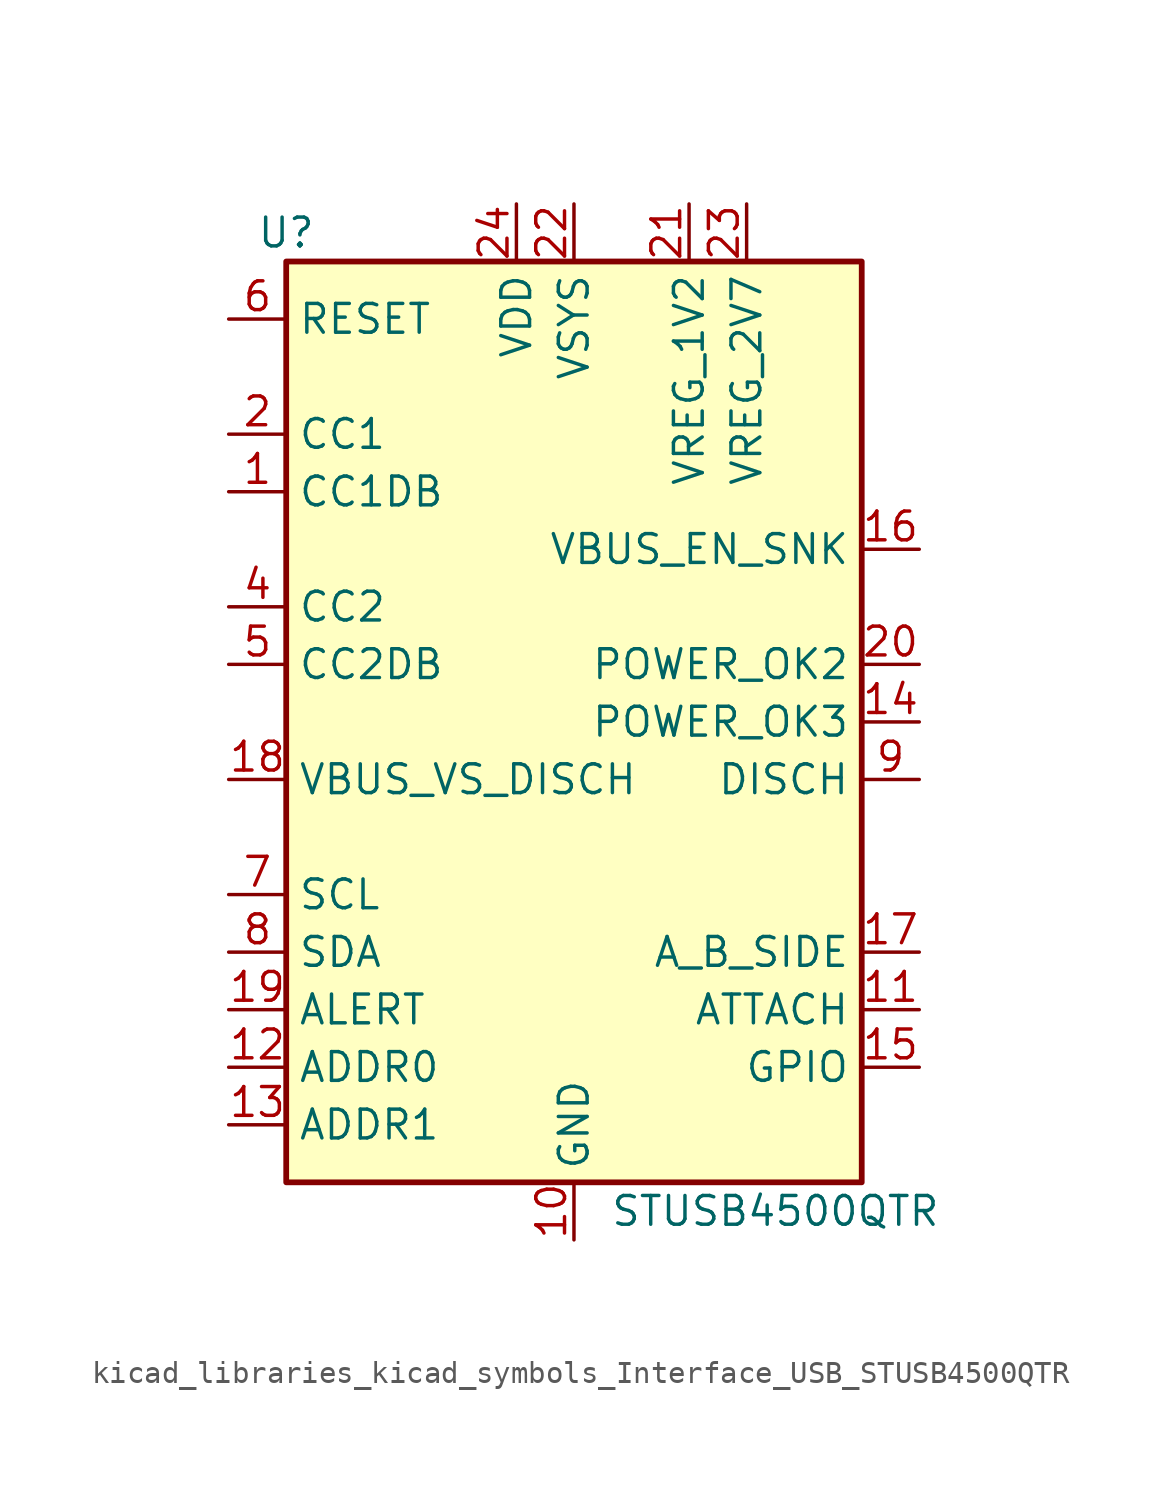
<source format=kicad_sym>
(kicad_symbol_lib
  (version 20220914)
  (generator kicad_symbol_editor)
  (symbol "kicad_libraries_kicad_symbols_Interface_USB_STUSB4500QTR"
    (property "Reference" "U"
      (at -12.7 21.59 0)
      (effects (font (size 1.27 1.27))))
    (property "Value" "STUSB4500QTR"
      (at 8.89 -21.59 0)
      (effects (font (size 1.27 1.27))))
    (symbol "kicad_libraries_kicad_symbols_Interface_USB_STUSB4500QTR_0_1"
      (rectangle (start -12.7 20.32) (end 12.7 -20.32) (stroke (width 0.254) (type default)) (fill (type background))))
    (symbol "kicad_libraries_kicad_symbols_Interface_USB_STUSB4500QTR_1_1"
      (pin bidirectional line (at -15.24 10.16 0) (length 2.54) (name "CC1DB" (effects (font (size 1.27 1.27)))) (number "1" (effects (font (size 1.27 1.27)))))
      (pin power_in line (at 0 -22.86 90) (length 2.54) (name "GND" (effects (font (size 1.27 1.27)))) (number "10" (effects (font (size 1.27 1.27)))))
      (pin open_collector line (at 15.24 -12.7 180) (length 2.54) (name "ATTACH" (effects (font (size 1.27 1.27)))) (number "11" (effects (font (size 1.27 1.27)))))
      (pin input line (at -15.24 -15.24 0) (length 2.54) (name "ADDR0" (effects (font (size 1.27 1.27)))) (number "12" (effects (font (size 1.27 1.27)))))
      (pin input line (at -15.24 -17.78 0) (length 2.54) (name "ADDR1" (effects (font (size 1.27 1.27)))) (number "13" (effects (font (size 1.27 1.27)))))
      (pin open_collector line (at 15.24 0 180) (length 2.54) (name "POWER_OK3" (effects (font (size 1.27 1.27)))) (number "14" (effects (font (size 1.27 1.27)))))
      (pin open_collector line (at 15.24 -15.24 180) (length 2.54) (name "GPIO" (effects (font (size 1.27 1.27)))) (number "15" (effects (font (size 1.27 1.27)))))
      (pin open_collector line (at 15.24 7.62 180) (length 2.54) (name "VBUS_EN_SNK" (effects (font (size 1.27 1.27)))) (number "16" (effects (font (size 1.27 1.27)))))
      (pin open_collector line (at 15.24 -10.16 180) (length 2.54) (name "A_B_SIDE" (effects (font (size 1.27 1.27)))) (number "17" (effects (font (size 1.27 1.27)))))
      (pin input line (at -15.24 -2.54 0) (length 2.54) (name "VBUS_VS_DISCH" (effects (font (size 1.27 1.27)))) (number "18" (effects (font (size 1.27 1.27)))))
      (pin open_collector line (at -15.24 -12.7 0) (length 2.54) (name "ALERT" (effects (font (size 1.27 1.27)))) (number "19" (effects (font (size 1.27 1.27)))))
      (pin bidirectional line (at -15.24 12.7 0) (length 2.54) (name "CC1" (effects (font (size 1.27 1.27)))) (number "2" (effects (font (size 1.27 1.27)))))
      (pin open_collector line (at 15.24 2.54 180) (length 2.54) (name "POWER_OK2" (effects (font (size 1.27 1.27)))) (number "20" (effects (font (size 1.27 1.27)))))
      (pin power_out line (at 5.08 22.86 270) (length 2.54) (name "VREG_1V2" (effects (font (size 1.27 1.27)))) (number "21" (effects (font (size 1.27 1.27)))))
      (pin power_in line (at 0 22.86 270) (length 2.54) (name "VSYS" (effects (font (size 1.27 1.27)))) (number "22" (effects (font (size 1.27 1.27)))))
      (pin power_out line (at 7.62 22.86 270) (length 2.54) (name "VREG_2V7" (effects (font (size 1.27 1.27)))) (number "23" (effects (font (size 1.27 1.27)))))
      (pin power_in line (at -2.54 22.86 270) (length 2.54) (name "VDD" (effects (font (size 1.27 1.27)))) (number "24" (effects (font (size 1.27 1.27)))))
      (pin passive line (at 0 -22.86 90) (length 2.54) hide (name "GND" (effects (font (size 1.27 1.27)))) (number "25" (effects (font (size 1.27 1.27)))))
      (pin no_connect line (at -12.7 15.24 0) (length 2.54) hide (name "NC" (effects (font (size 1.27 1.27)))) (number "3" (effects (font (size 1.27 1.27)))))
      (pin bidirectional line (at -15.24 5.08 0) (length 2.54) (name "CC2" (effects (font (size 1.27 1.27)))) (number "4" (effects (font (size 1.27 1.27)))))
      (pin bidirectional line (at -15.24 2.54 0) (length 2.54) (name "CC2DB" (effects (font (size 1.27 1.27)))) (number "5" (effects (font (size 1.27 1.27)))))
      (pin input line (at -15.24 17.78 0) (length 2.54) (name "RESET" (effects (font (size 1.27 1.27)))) (number "6" (effects (font (size 1.27 1.27)))))
      (pin input line (at -15.24 -7.62 0) (length 2.54) (name "SCL" (effects (font (size 1.27 1.27)))) (number "7" (effects (font (size 1.27 1.27)))))
      (pin bidirectional line (at -15.24 -10.16 0) (length 2.54) (name "SDA" (effects (font (size 1.27 1.27)))) (number "8" (effects (font (size 1.27 1.27)))))
      (pin bidirectional line (at 15.24 -2.54 180) (length 2.54) (name "DISCH" (effects (font (size 1.27 1.27)))) (number "9" (effects (font (size 1.27 1.27))))))))
</source>
